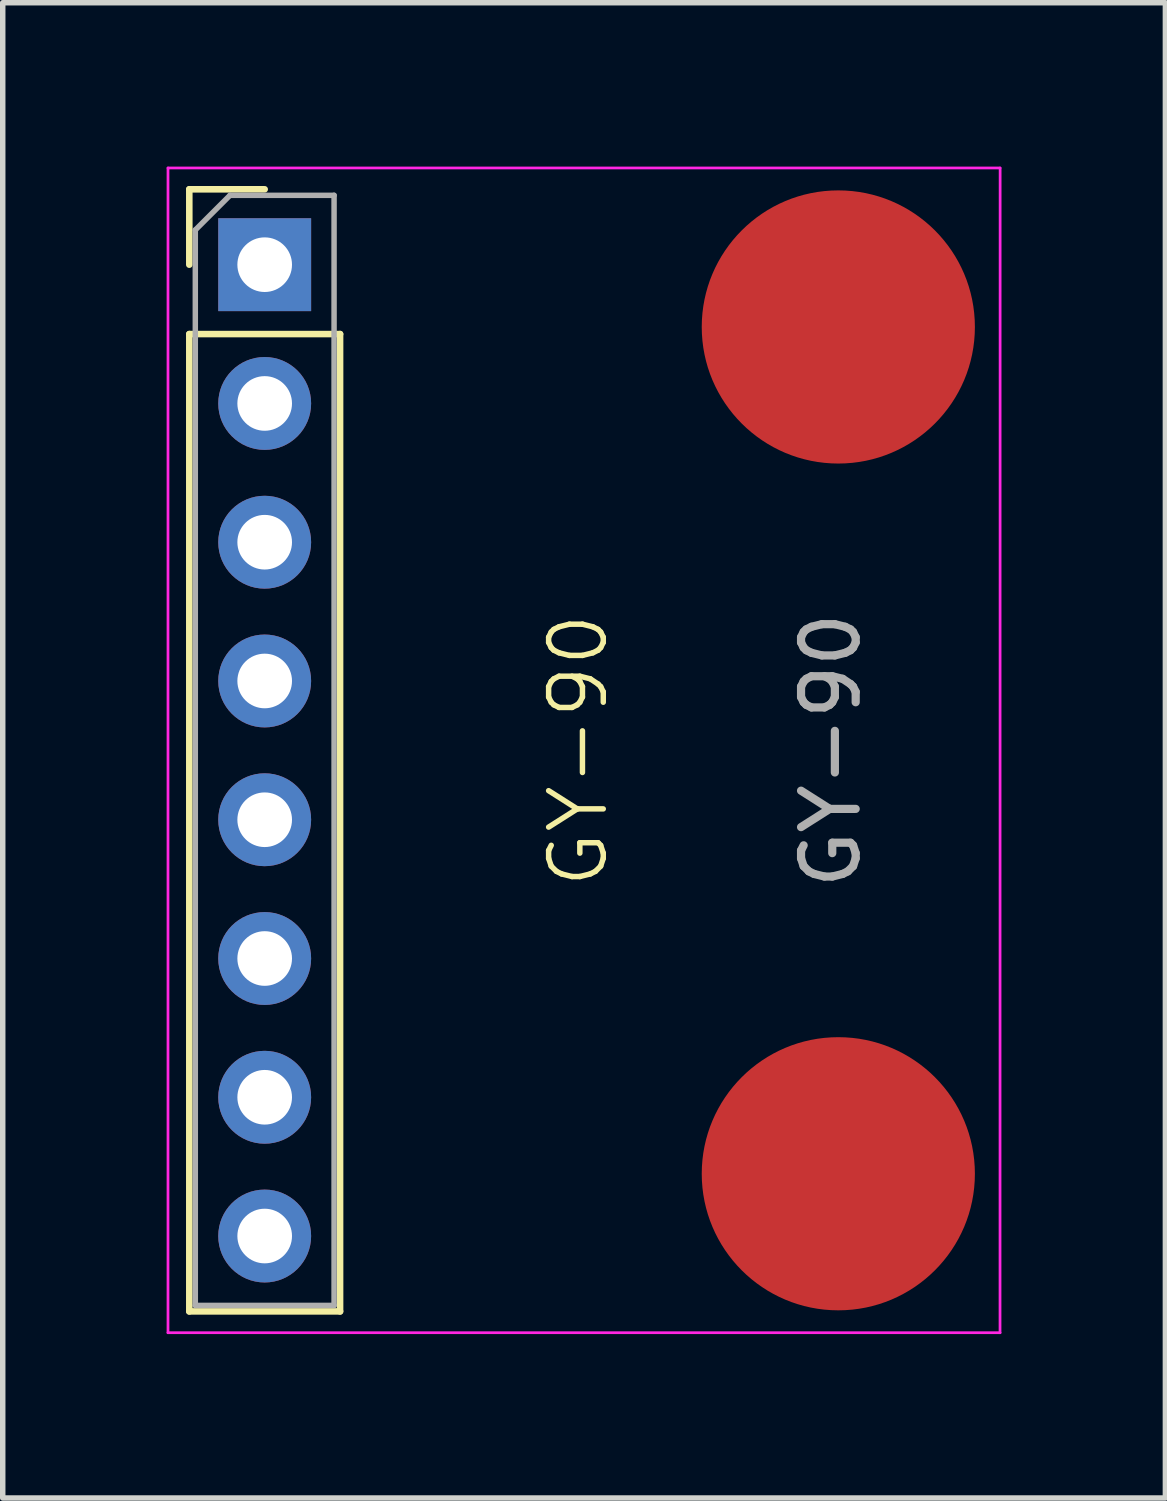
<source format=kicad_pcb>
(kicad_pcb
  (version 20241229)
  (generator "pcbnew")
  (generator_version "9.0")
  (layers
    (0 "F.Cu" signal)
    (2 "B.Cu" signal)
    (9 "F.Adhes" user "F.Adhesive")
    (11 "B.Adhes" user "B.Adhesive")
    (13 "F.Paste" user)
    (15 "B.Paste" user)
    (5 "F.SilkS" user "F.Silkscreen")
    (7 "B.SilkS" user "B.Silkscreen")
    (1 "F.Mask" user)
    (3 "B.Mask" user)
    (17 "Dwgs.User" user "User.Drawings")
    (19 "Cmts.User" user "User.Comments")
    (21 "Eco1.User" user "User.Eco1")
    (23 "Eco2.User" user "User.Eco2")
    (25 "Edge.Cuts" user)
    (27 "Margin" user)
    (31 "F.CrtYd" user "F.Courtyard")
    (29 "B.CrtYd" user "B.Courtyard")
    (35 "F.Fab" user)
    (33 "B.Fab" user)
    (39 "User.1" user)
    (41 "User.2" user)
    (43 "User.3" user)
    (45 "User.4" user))
  (footprint "GY-90"
    (layer "F.Cu")
    (at 1.795 10.685)
    (property "Reference" "GY-90" (at 5.74 0 90) (unlocked yes) (layer "F.SilkS") (effects (font (size 1 1) (thickness 0.1))))
    (attr smd)
    (fp_line (start -1.38 -10.27) (end 0 -10.27) (stroke (width 0.12) (type solid)) (layer "F.SilkS"))
    (fp_line (start -1.38 -8.89) (end -1.38 -10.27) (stroke (width 0.12) (type solid)) (layer "F.SilkS"))
    (fp_line (start -1.38 -7.62) (end -1.38 10.27) (stroke (width 0.12) (type solid)) (layer "F.SilkS"))
    (fp_line (start -1.38 -7.62) (end 1.38 -7.62) (stroke (width 0.12) (type solid)) (layer "F.SilkS"))
    (fp_line (start -1.38 10.27) (end 1.38 10.27) (stroke (width 0.12) (type solid)) (layer "F.SilkS"))
    (fp_line (start 1.38 -7.62) (end 1.38 10.27) (stroke (width 0.12) (type solid)) (layer "F.SilkS"))
    (fp_line (start -1.77 -10.66) (end -1.77 10.66) (stroke (width 0.05) (type solid)) (layer "F.CrtYd"))
    (fp_line (start -1.77 -10.66) (end 13.46 -10.66) (stroke (width 0.05) (type solid)) (layer "F.CrtYd"))
    (fp_line (start -1.77 10.66) (end 13.46 10.66) (stroke (width 0.05) (type solid)) (layer "F.CrtYd"))
    (fp_line (start 13.46 10.66) (end 13.462 -10.66) (stroke (width 0.05) (type solid)) (layer "F.CrtYd"))
    (fp_line (start -1.27 -9.525) (end -0.635 -10.16) (stroke (width 0.1) (type solid)) (layer "F.Fab"))
    (fp_line (start -1.27 10.16) (end -1.27 -9.525) (stroke (width 0.1) (type solid)) (layer "F.Fab"))
    (fp_line (start -0.635 -10.16) (end 1.27 -10.16) (stroke (width 0.1) (type solid)) (layer "F.Fab"))
    (fp_line (start 1.27 -10.16) (end 1.27 10.16) (stroke (width 0.1) (type solid)) (layer "F.Fab"))
    (fp_line (start 1.27 10.16) (end -1.27 10.16) (stroke (width 0.1) (type solid)) (layer "F.Fab"))
    (fp_text user "${REFERENCE}" (at 10.363 0 90) (unlocked yes) (layer "F.Fab") (effects (font (size 1 1) (thickness 0.15))))
    (pad "1" thru_hole rect (at 0 -8.89) (size 1.7 1.7) (drill 1) (layers "*.Cu" "*.Mask"))
    (pad "1" smd circle (at 10.5 -7.75) (size 5 5) (layers "F.Cu" "F.Mask" "F.Paste"))
    (pad "1" smd circle (at 10.5 7.75) (size 5 5) (layers "F.Cu" "F.Mask" "F.Paste"))
    (pad "2" thru_hole circle (at 0 -6.35) (size 1.7 1.7) (drill 1) (layers "*.Cu" "*.Mask"))
    (pad "3" thru_hole circle (at 0 -3.81) (size 1.7 1.7) (drill 1) (layers "*.Cu" "*.Mask"))
    (pad "4" thru_hole circle (at 0 -1.27) (size 1.7 1.7) (drill 1) (layers "*.Cu" "*.Mask"))
    (pad "5" thru_hole circle (at 0 1.27) (size 1.7 1.7) (drill 1) (layers "*.Cu" "*.Mask"))
    (pad "6" thru_hole circle (at 0 3.81) (size 1.7 1.7) (drill 1) (layers "*.Cu" "*.Mask"))
    (pad "7" thru_hole circle (at 0 6.35) (size 1.7 1.7) (drill 1) (layers "*.Cu" "*.Mask"))
    (pad "8" thru_hole circle (at 0 8.89) (size 1.7 1.7) (drill 1) (layers "*.Cu" "*.Mask")))
  (gr_rect
    (start -3 -3)
    (end 18.282 24.37)
    (stroke (width 0.1) (type default))
    (fill no)
    (layer "Edge.Cuts")))
</source>
